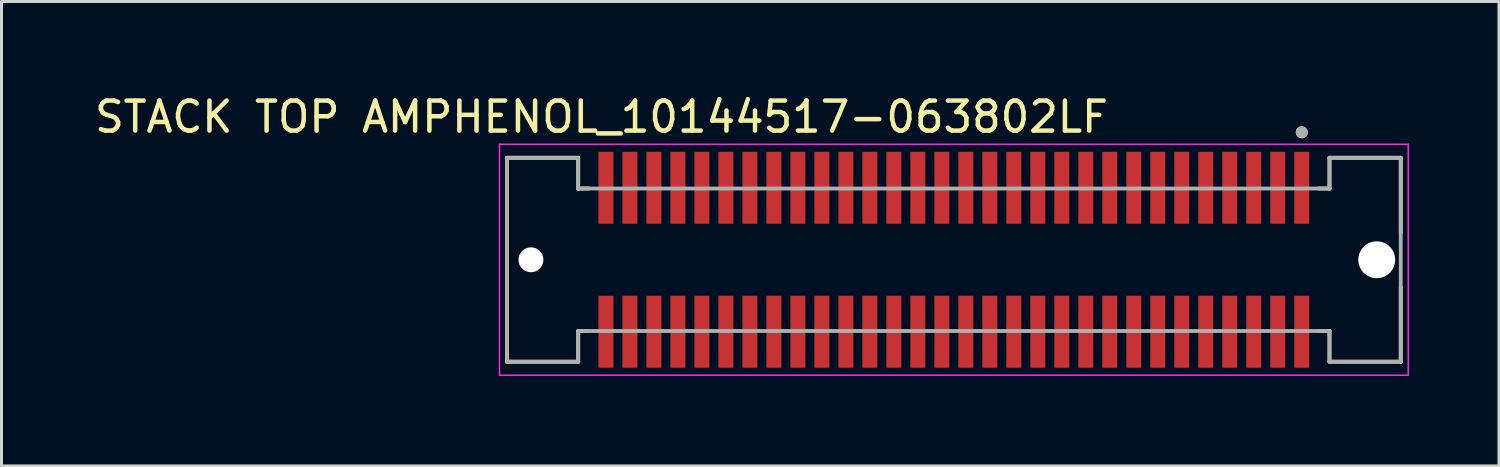
<source format=kicad_pcb>
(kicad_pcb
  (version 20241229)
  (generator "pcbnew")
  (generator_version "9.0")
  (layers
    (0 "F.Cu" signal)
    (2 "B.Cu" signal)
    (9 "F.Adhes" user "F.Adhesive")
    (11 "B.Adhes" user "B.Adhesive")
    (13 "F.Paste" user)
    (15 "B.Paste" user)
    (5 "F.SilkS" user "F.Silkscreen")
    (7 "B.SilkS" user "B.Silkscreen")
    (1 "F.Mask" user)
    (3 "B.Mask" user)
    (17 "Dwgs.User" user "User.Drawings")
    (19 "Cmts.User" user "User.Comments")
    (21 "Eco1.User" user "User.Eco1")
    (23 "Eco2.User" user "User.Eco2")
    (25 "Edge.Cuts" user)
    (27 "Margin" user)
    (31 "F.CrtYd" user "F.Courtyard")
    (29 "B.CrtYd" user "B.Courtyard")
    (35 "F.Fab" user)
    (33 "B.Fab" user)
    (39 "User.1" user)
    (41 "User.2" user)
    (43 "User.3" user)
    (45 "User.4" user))
  (footprint "STACK TOP AMPHENOL_10144517-063802LF"
    (layer "F.Cu")
    (at 28.753 5.611)
    (property "Reference" "STACK TOP AMPHENOL_10144517-063802LF" (at -11.748 -4.763 0) (layer "F.SilkS") (effects (font (size 1 1) (thickness 0.15))))
    (attr smd)
    (fp_line (start -14.9 -3.4) (end -12.525 -3.4) (stroke (width 0.127) (type solid)) (layer "F.SilkS"))
    (fp_line (start -14.9 3.4) (end -14.9 -3.4) (stroke (width 0.127) (type solid)) (layer "F.SilkS"))
    (fp_line (start -12.525 -3.4) (end -12.525 -2.375) (stroke (width 0.127) (type solid)) (layer "F.SilkS"))
    (fp_line (start -12.525 -2.375) (end -12.165 -2.375) (stroke (width 0.127) (type solid)) (layer "F.SilkS"))
    (fp_line (start -12.525 2.375) (end -12.165 2.375) (stroke (width 0.127) (type solid)) (layer "F.SilkS"))
    (fp_line (start -12.525 3.4) (end -14.9 3.4) (stroke (width 0.127) (type solid)) (layer "F.SilkS"))
    (fp_line (start -12.525 3.4) (end -12.525 2.375) (stroke (width 0.127) (type solid)) (layer "F.SilkS"))
    (fp_line (start 12.165 -2.375) (end 12.525 -2.375) (stroke (width 0.127) (type solid)) (layer "F.SilkS"))
    (fp_line (start 12.165 2.375) (end 12.525 2.375) (stroke (width 0.127) (type solid)) (layer "F.SilkS"))
    (fp_line (start 12.525 -3.4) (end 14.9 -3.4) (stroke (width 0.127) (type solid)) (layer "F.SilkS"))
    (fp_line (start 12.525 -2.375) (end 12.525 -3.4) (stroke (width 0.127) (type solid)) (layer "F.SilkS"))
    (fp_line (start 12.525 2.375) (end 12.525 3.4) (stroke (width 0.127) (type solid)) (layer "F.SilkS"))
    (fp_line (start 14.9 -3.4) (end 14.9 -0.92) (stroke (width 0.127) (type solid)) (layer "F.SilkS"))
    (fp_line (start 14.9 3.4) (end 12.525 3.4) (stroke (width 0.127) (type solid)) (layer "F.SilkS"))
    (fp_line (start 14.9 3.4) (end 14.9 0.92) (stroke (width 0.127) (type solid)) (layer "F.SilkS"))
    (fp_circle (center 11.6 -4.25) (end 11.7 -4.25) (stroke (width 0.2) (type solid)) (fill no) (layer "F.SilkS"))
    (fp_line (start -15.15 -3.85) (end -15.15 3.85) (stroke (width 0.05) (type solid)) (layer "F.CrtYd"))
    (fp_line (start -15.15 3.85) (end 15.15 3.85) (stroke (width 0.05) (type solid)) (layer "F.CrtYd"))
    (fp_line (start 15.15 -3.85) (end -15.15 -3.85) (stroke (width 0.05) (type solid)) (layer "F.CrtYd"))
    (fp_line (start 15.15 3.85) (end 15.15 -3.85) (stroke (width 0.05) (type solid)) (layer "F.CrtYd"))
    (fp_line (start -14.9 -3.4) (end -12.525 -3.4) (stroke (width 0.127) (type solid)) (layer "F.Fab"))
    (fp_line (start -14.9 3.4) (end -14.9 -3.4) (stroke (width 0.127) (type solid)) (layer "F.Fab"))
    (fp_line (start -12.525 -3.4) (end -12.525 -2.375) (stroke (width 0.127) (type solid)) (layer "F.Fab"))
    (fp_line (start -12.525 -2.375) (end 12.525 -2.375) (stroke (width 0.127) (type solid)) (layer "F.Fab"))
    (fp_line (start -12.525 2.375) (end 12.525 2.375) (stroke (width 0.127) (type solid)) (layer "F.Fab"))
    (fp_line (start -12.525 3.4) (end -14.9 3.4) (stroke (width 0.127) (type solid)) (layer "F.Fab"))
    (fp_line (start -12.525 3.4) (end -12.525 2.375) (stroke (width 0.127) (type solid)) (layer "F.Fab"))
    (fp_line (start 12.525 -3.4) (end 14.9 -3.4) (stroke (width 0.127) (type solid)) (layer "F.Fab"))
    (fp_line (start 12.525 -2.375) (end 12.525 -3.4) (stroke (width 0.127) (type solid)) (layer "F.Fab"))
    (fp_line (start 12.525 2.375) (end 12.525 3.4) (stroke (width 0.127) (type solid)) (layer "F.Fab"))
    (fp_line (start 14.9 -3.4) (end 14.9 3.4) (stroke (width 0.127) (type solid)) (layer "F.Fab"))
    (fp_line (start 14.9 3.4) (end 12.525 3.4) (stroke (width 0.127) (type solid)) (layer "F.Fab"))
    (fp_circle (center 11.6 -4.25) (end 11.7 -4.25) (stroke (width 0.2) (type solid)) (fill no) (layer "F.Fab"))
    (pad "" np_thru_hole circle (at -14.1 0) (size 0.83 0.83) (drill 0.83) (layers "*.Cu" "*.Mask"))
    (pad "" np_thru_hole circle (at 14.1 0) (size 1.23 1.23) (drill 1.23) (layers "*.Cu" "*.Mask"))
    (pad "1" smd rect (at 11.6 -2.4) (size 0.5 2.4) (layers "F.Cu" "F.Mask" "F.Paste"))
    (pad "2" smd rect (at 11.6 2.4) (size 0.5 2.4) (layers "F.Cu" "F.Mask" "F.Paste"))
    (pad "3" smd rect (at 10.8 -2.4) (size 0.5 2.4) (layers "F.Cu" "F.Mask" "F.Paste"))
    (pad "4" smd rect (at 10.8 2.4) (size 0.5 2.4) (layers "F.Cu" "F.Mask" "F.Paste"))
    (pad "5" smd rect (at 10 -2.4) (size 0.5 2.4) (layers "F.Cu" "F.Mask" "F.Paste"))
    (pad "6" smd rect (at 10 2.4) (size 0.5 2.4) (layers "F.Cu" "F.Mask" "F.Paste"))
    (pad "7" smd rect (at 9.2 -2.4) (size 0.5 2.4) (layers "F.Cu" "F.Mask" "F.Paste"))
    (pad "8" smd rect (at 9.2 2.4) (size 0.5 2.4) (layers "F.Cu" "F.Mask" "F.Paste"))
    (pad "9" smd rect (at 8.4 -2.4) (size 0.5 2.4) (layers "F.Cu" "F.Mask" "F.Paste"))
    (pad "10" smd rect (at 8.4 2.4) (size 0.5 2.4) (layers "F.Cu" "F.Mask" "F.Paste"))
    (pad "11" smd rect (at 7.6 -2.4) (size 0.5 2.4) (layers "F.Cu" "F.Mask" "F.Paste"))
    (pad "12" smd rect (at 7.6 2.4) (size 0.5 2.4) (layers "F.Cu" "F.Mask" "F.Paste"))
    (pad "13" smd rect (at 6.8 -2.4) (size 0.5 2.4) (layers "F.Cu" "F.Mask" "F.Paste"))
    (pad "14" smd rect (at 6.8 2.4) (size 0.5 2.4) (layers "F.Cu" "F.Mask" "F.Paste"))
    (pad "15" smd rect (at 6 -2.4) (size 0.5 2.4) (layers "F.Cu" "F.Mask" "F.Paste"))
    (pad "16" smd rect (at 6 2.4) (size 0.5 2.4) (layers "F.Cu" "F.Mask" "F.Paste"))
    (pad "17" smd rect (at 5.2 -2.4) (size 0.5 2.4) (layers "F.Cu" "F.Mask" "F.Paste"))
    (pad "18" smd rect (at 5.2 2.4) (size 0.5 2.4) (layers "F.Cu" "F.Mask" "F.Paste"))
    (pad "19" smd rect (at 4.4 -2.4) (size 0.5 2.4) (layers "F.Cu" "F.Mask" "F.Paste"))
    (pad "20" smd rect (at 4.4 2.4) (size 0.5 2.4) (layers "F.Cu" "F.Mask" "F.Paste"))
    (pad "21" smd rect (at 3.6 -2.4) (size 0.5 2.4) (layers "F.Cu" "F.Mask" "F.Paste"))
    (pad "22" smd rect (at 3.6 2.4) (size 0.5 2.4) (layers "F.Cu" "F.Mask" "F.Paste"))
    (pad "23" smd rect (at 2.8 -2.4) (size 0.5 2.4) (layers "F.Cu" "F.Mask" "F.Paste"))
    (pad "24" smd rect (at 2.8 2.4) (size 0.5 2.4) (layers "F.Cu" "F.Mask" "F.Paste"))
    (pad "25" smd rect (at 2 -2.4) (size 0.5 2.4) (layers "F.Cu" "F.Mask" "F.Paste"))
    (pad "26" smd rect (at 2 2.4) (size 0.5 2.4) (layers "F.Cu" "F.Mask" "F.Paste"))
    (pad "27" smd rect (at 1.2 -2.4) (size 0.5 2.4) (layers "F.Cu" "F.Mask" "F.Paste"))
    (pad "28" smd rect (at 1.2 2.4) (size 0.5 2.4) (layers "F.Cu" "F.Mask" "F.Paste"))
    (pad "29" smd rect (at 0.4 -2.4) (size 0.5 2.4) (layers "F.Cu" "F.Mask" "F.Paste"))
    (pad "30" smd rect (at 0.4 2.4) (size 0.5 2.4) (layers "F.Cu" "F.Mask" "F.Paste"))
    (pad "31" smd rect (at -0.4 -2.4) (size 0.5 2.4) (layers "F.Cu" "F.Mask" "F.Paste"))
    (pad "32" smd rect (at -0.4 2.4) (size 0.5 2.4) (layers "F.Cu" "F.Mask" "F.Paste"))
    (pad "33" smd rect (at -1.2 -2.4) (size 0.5 2.4) (layers "F.Cu" "F.Mask" "F.Paste"))
    (pad "34" smd rect (at -1.2 2.4) (size 0.5 2.4) (layers "F.Cu" "F.Mask" "F.Paste"))
    (pad "35" smd rect (at -2 -2.4) (size 0.5 2.4) (layers "F.Cu" "F.Mask" "F.Paste"))
    (pad "36" smd rect (at -2 2.4) (size 0.5 2.4) (layers "F.Cu" "F.Mask" "F.Paste"))
    (pad "37" smd rect (at -2.8 -2.4) (size 0.5 2.4) (layers "F.Cu" "F.Mask" "F.Paste"))
    (pad "38" smd rect (at -2.8 2.4) (size 0.5 2.4) (layers "F.Cu" "F.Mask" "F.Paste"))
    (pad "39" smd rect (at -3.6 -2.4) (size 0.5 2.4) (layers "F.Cu" "F.Mask" "F.Paste"))
    (pad "40" smd rect (at -3.6 2.4) (size 0.5 2.4) (layers "F.Cu" "F.Mask" "F.Paste"))
    (pad "41" smd rect (at -4.4 -2.4) (size 0.5 2.4) (layers "F.Cu" "F.Mask" "F.Paste"))
    (pad "42" smd rect (at -4.4 2.4) (size 0.5 2.4) (layers "F.Cu" "F.Mask" "F.Paste"))
    (pad "43" smd rect (at -5.2 -2.4) (size 0.5 2.4) (layers "F.Cu" "F.Mask" "F.Paste"))
    (pad "44" smd rect (at -5.2 2.4) (size 0.5 2.4) (layers "F.Cu" "F.Mask" "F.Paste"))
    (pad "45" smd rect (at -6 -2.4) (size 0.5 2.4) (layers "F.Cu" "F.Mask" "F.Paste"))
    (pad "46" smd rect (at -6 2.4) (size 0.5 2.4) (layers "F.Cu" "F.Mask" "F.Paste"))
    (pad "47" smd rect (at -6.8 -2.4) (size 0.5 2.4) (layers "F.Cu" "F.Mask" "F.Paste"))
    (pad "48" smd rect (at -6.8 2.4) (size 0.5 2.4) (layers "F.Cu" "F.Mask" "F.Paste"))
    (pad "49" smd rect (at -7.6 -2.4) (size 0.5 2.4) (layers "F.Cu" "F.Mask" "F.Paste"))
    (pad "50" smd rect (at -7.6 2.4) (size 0.5 2.4) (layers "F.Cu" "F.Mask" "F.Paste"))
    (pad "51" smd rect (at -8.4 -2.4) (size 0.5 2.4) (layers "F.Cu" "F.Mask" "F.Paste"))
    (pad "52" smd rect (at -8.4 2.4) (size 0.5 2.4) (layers "F.Cu" "F.Mask" "F.Paste"))
    (pad "53" smd rect (at -9.2 -2.4) (size 0.5 2.4) (layers "F.Cu" "F.Mask" "F.Paste"))
    (pad "54" smd rect (at -9.2 2.4) (size 0.5 2.4) (layers "F.Cu" "F.Mask" "F.Paste"))
    (pad "55" smd rect (at -10 -2.4) (size 0.5 2.4) (layers "F.Cu" "F.Mask" "F.Paste"))
    (pad "56" smd rect (at -10 2.4) (size 0.5 2.4) (layers "F.Cu" "F.Mask" "F.Paste"))
    (pad "57" smd rect (at -10.8 -2.4) (size 0.5 2.4) (layers "F.Cu" "F.Mask" "F.Paste"))
    (pad "58" smd rect (at -10.8 2.4) (size 0.5 2.4) (layers "F.Cu" "F.Mask" "F.Paste"))
    (pad "59" smd rect (at -11.6 -2.4) (size 0.5 2.4) (layers "F.Cu" "F.Mask" "F.Paste"))
    (pad "60" smd rect (at -11.6 2.4) (size 0.5 2.4) (layers "F.Cu" "F.Mask" "F.Paste")))
  (gr_rect
    (start -3 -3)
    (end 46.928 12.486)
    (stroke (width 0.1) (type default))
    (fill no)
    (layer "Edge.Cuts")))
</source>
